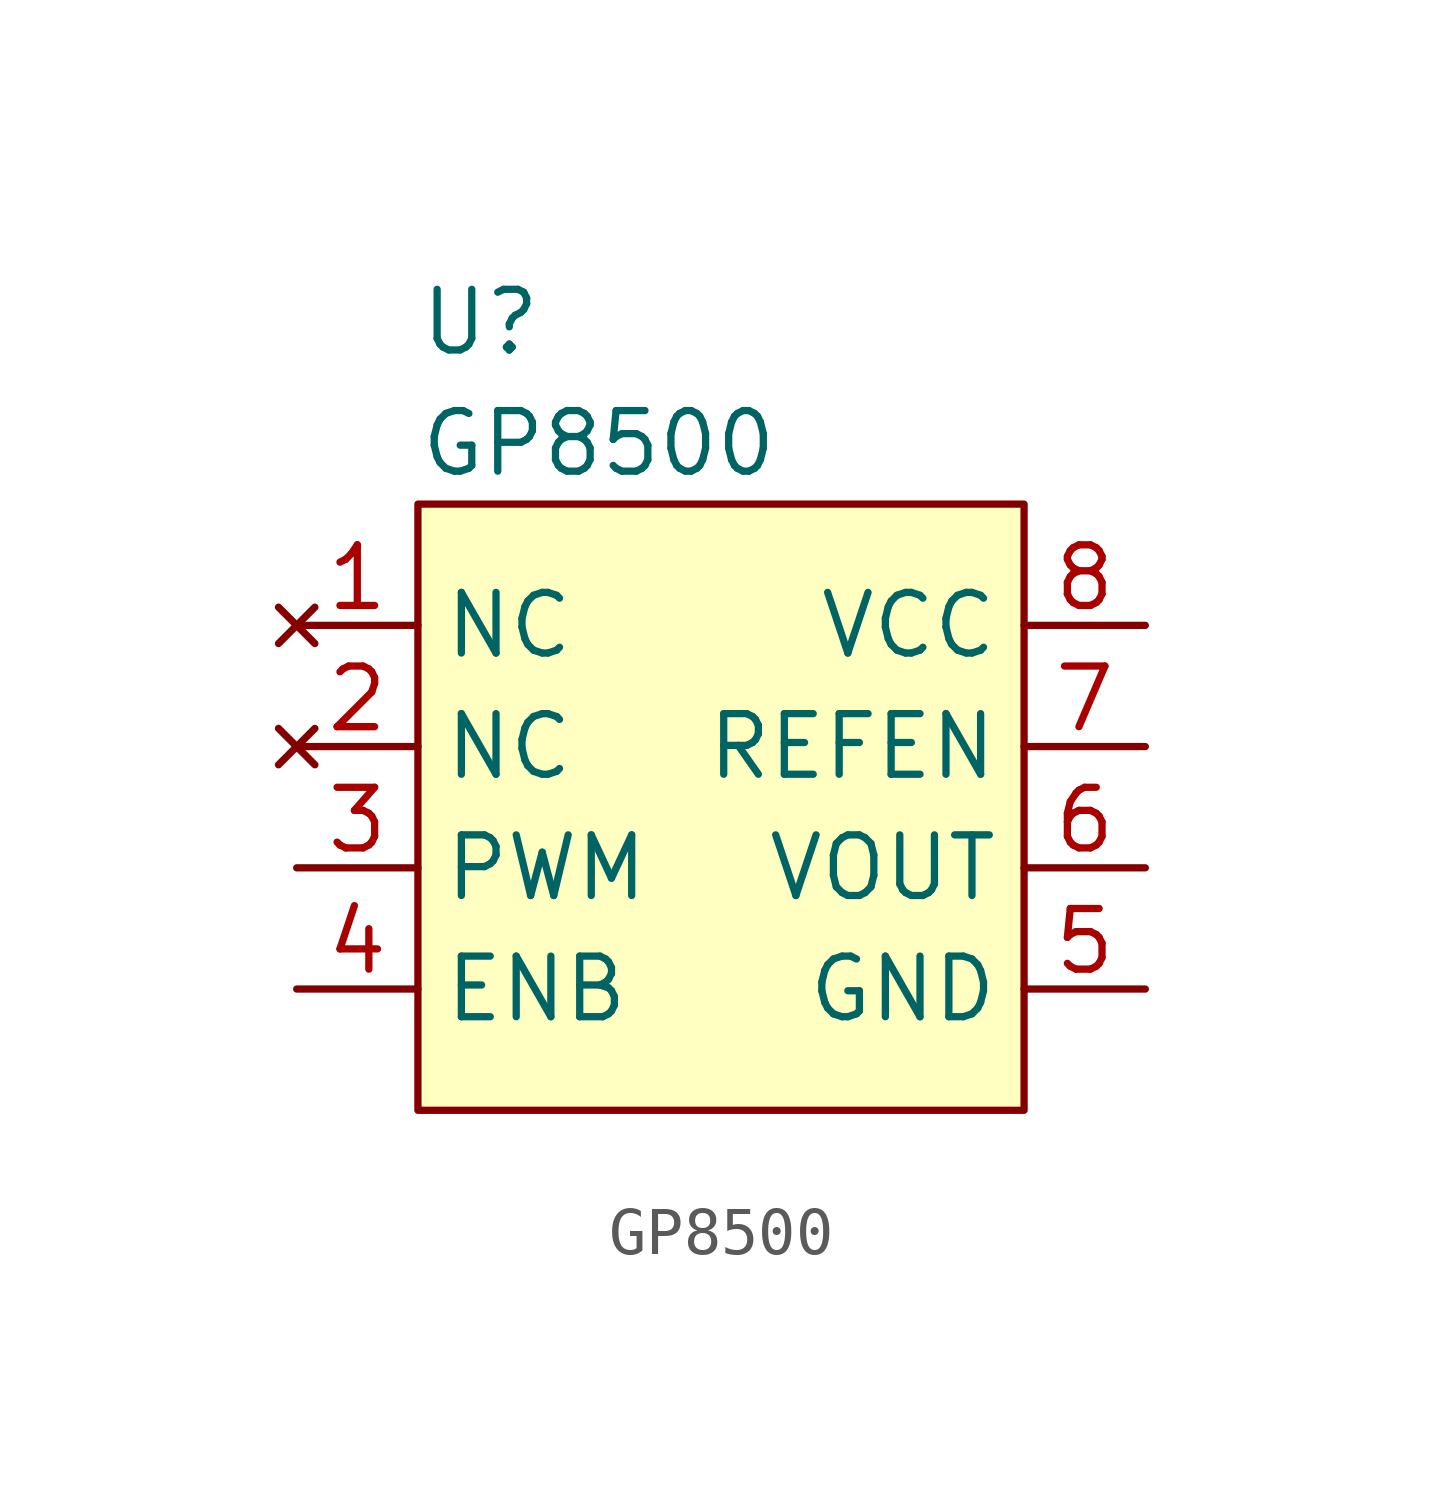
<source format=kicad_sym>
(kicad_symbol_lib
  (version 20220914)
  (generator kicad_symbol_editor)
  (symbol "GP8500"
    (property "Reference" "U"
      (at -6.35 10.16 0)
      (do_not_autoplace)
      (effects (font (size 1.27 1.27)) (justify left)))
    (property "Value" "GP8500"
      (at -6.35 7.62 0)
      (do_not_autoplace)
      (effects (font (size 1.27 1.27)) (justify left)))
    (symbol "GP8500_0_0"
      (pin no_connect line (at -8.89 3.81 0) (length 2.54) (name "NC" (effects (font (size 1.27 1.27)))) (number "1" (effects (font (size 1.27 1.27)))))
      (pin no_connect line (at -8.89 1.27 0) (length 2.54) (name "NC" (effects (font (size 1.27 1.27)))) (number "2" (effects (font (size 1.27 1.27)))))
      (pin unspecified line (at -8.89 -1.27 0) (length 2.54) (name "PWM" (effects (font (size 1.27 1.27)))) (number "3" (effects (font (size 1.27 1.27)))))
      (pin unspecified line (at -8.89 -3.81 0) (length 2.54) (name "ENB" (effects (font (size 1.27 1.27)))) (number "4" (effects (font (size 1.27 1.27)))))
      (pin unspecified line (at 8.89 -3.81 180) (length 2.54) (name "GND" (effects (font (size 1.27 1.27)))) (number "5" (effects (font (size 1.27 1.27)))))
      (pin unspecified line (at 8.89 -1.27 180) (length 2.54) (name "VOUT" (effects (font (size 1.27 1.27)))) (number "6" (effects (font (size 1.27 1.27)))))
      (pin unspecified line (at 8.89 1.27 180) (length 2.54) (name "REFEN" (effects (font (size 1.27 1.27)))) (number "7" (effects (font (size 1.27 1.27)))))
      (pin unspecified line (at 8.89 3.81 180) (length 2.54) (name "VCC" (effects (font (size 1.27 1.27)))) (number "8" (effects (font (size 1.27 1.27)))))
      (pin unspecified line (at 8.89 -3.81 180) (length 2.54) hide (name "EP" (effects (font (size 1.27 1.27)))) (number "9" (effects (font (size 1.27 1.27))))))
    (symbol "GP8500_1_1"
      (rectangle (start -6.35 6.35) (end 6.35 -6.35) (stroke (width 0) (type default)) (fill (type background))))))
</source>
